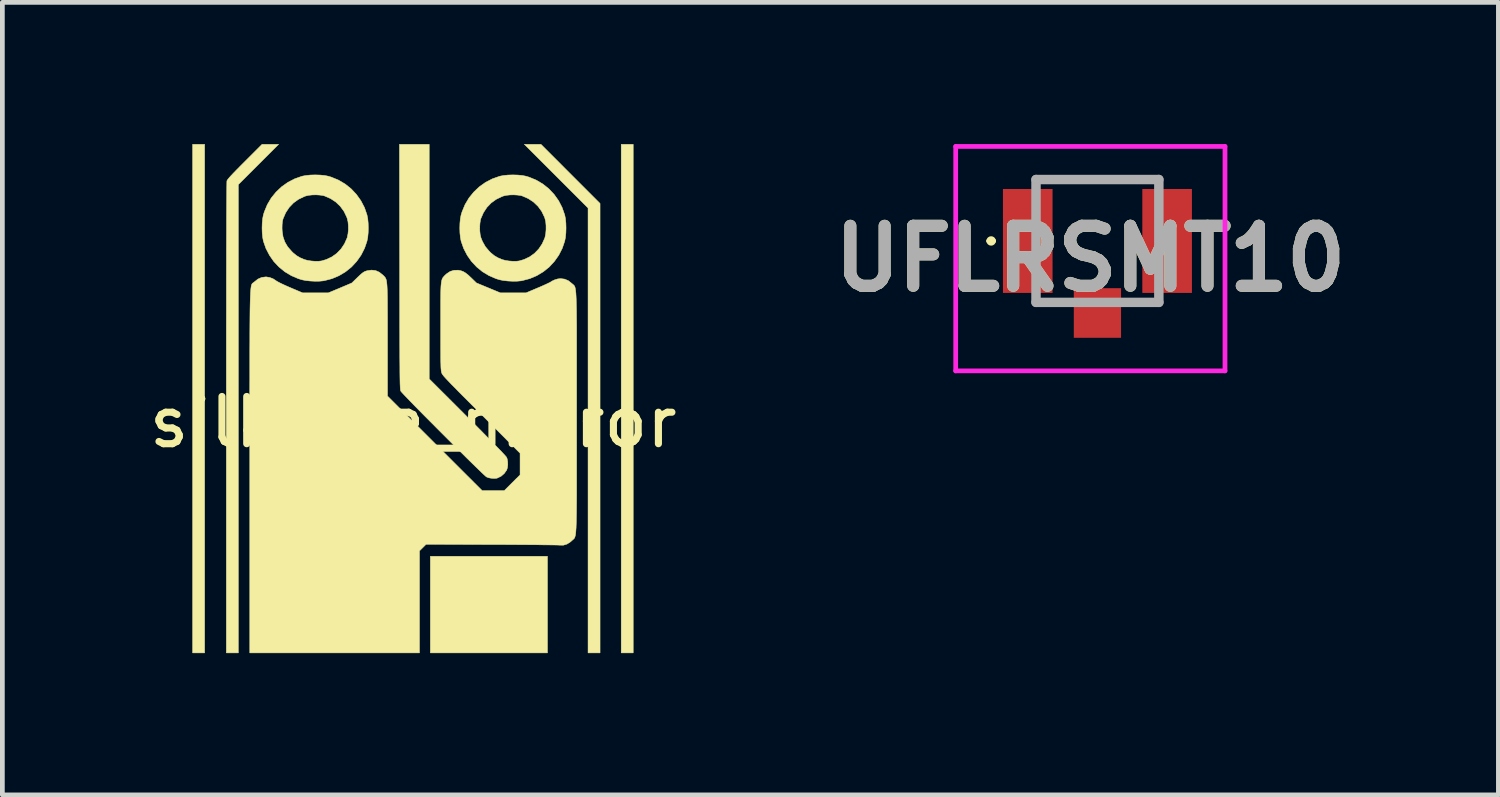
<source format=kicad_pcb>
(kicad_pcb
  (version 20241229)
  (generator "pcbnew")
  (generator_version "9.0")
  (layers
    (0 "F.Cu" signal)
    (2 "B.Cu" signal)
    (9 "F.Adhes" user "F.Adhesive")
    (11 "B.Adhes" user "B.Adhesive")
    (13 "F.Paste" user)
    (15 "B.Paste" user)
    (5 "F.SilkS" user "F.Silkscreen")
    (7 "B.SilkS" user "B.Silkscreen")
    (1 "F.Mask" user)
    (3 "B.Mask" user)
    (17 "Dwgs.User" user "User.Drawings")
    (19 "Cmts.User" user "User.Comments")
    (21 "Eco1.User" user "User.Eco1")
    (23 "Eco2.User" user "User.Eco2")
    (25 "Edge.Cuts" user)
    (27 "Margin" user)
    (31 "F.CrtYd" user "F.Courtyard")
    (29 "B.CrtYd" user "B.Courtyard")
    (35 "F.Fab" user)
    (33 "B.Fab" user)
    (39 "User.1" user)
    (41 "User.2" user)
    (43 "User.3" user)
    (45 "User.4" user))
  (footprint "UFLRSMT10"
    (layer "F.Cu")
    (at 20.179 2.05)
    (property "Reference" "UFLRSMT10" (at -0.15 0.375 0) (layer "F.SilkS") (effects (font (size 1.27 1.27) (thickness 0.254))))
    (attr smd)
    (fp_line (start -2.3 0) (end -2.3 0) (stroke (width 0.1) (type solid)) (layer "F.SilkS"))
    (fp_line (start -2.2 0) (end -2.2 0) (stroke (width 0.1) (type solid)) (layer "F.SilkS"))
    (fp_line (start -1 -1.3) (end 0.952 -1.3) (stroke (width 0.1) (type solid)) (layer "F.SilkS"))
    (fp_line (start -0.943 1.3) (end -1.25 1.3) (stroke (width 0.1) (type solid)) (layer "F.SilkS"))
    (fp_line (start 0.75 1.3) (end 0.952 1.3) (stroke (width 0.1) (type solid)) (layer "F.SilkS"))
    (fp_arc (start -2.3 0) (mid -2.25 -0.05) (end -2.2 0) (stroke (width 0.1) (type solid)) (layer "F.SilkS"))
    (fp_arc (start -2.2 0) (mid -2.25 0.05) (end -2.3 0) (stroke (width 0.1) (type solid)) (layer "F.SilkS"))
    (fp_line (start -3 -2) (end 2.7 -2) (stroke (width 0.1) (type solid)) (layer "F.CrtYd"))
    (fp_line (start -3 2.75) (end -3 -2) (stroke (width 0.1) (type solid)) (layer "F.CrtYd"))
    (fp_line (start 2.7 -2) (end 2.7 2.75) (stroke (width 0.1) (type solid)) (layer "F.CrtYd"))
    (fp_line (start 2.7 2.75) (end -3 2.75) (stroke (width 0.1) (type solid)) (layer "F.CrtYd"))
    (fp_line (start -1.3 -1.3) (end 1.3 -1.3) (stroke (width 0.2) (type solid)) (layer "F.Fab"))
    (fp_line (start -1.3 1.3) (end -1.3 -1.3) (stroke (width 0.2) (type solid)) (layer "F.Fab"))
    (fp_line (start 1.3 -1.3) (end 1.3 1.3) (stroke (width 0.2) (type solid)) (layer "F.Fab"))
    (fp_line (start 1.3 1.3) (end -1.3 1.3) (stroke (width 0.2) (type solid)) (layer "F.Fab"))
    (fp_text user "${REFERENCE}" (at -0.15 0.375 0) (layer "F.Fab") (effects (font (size 1.27 1.27) (thickness 0.254))))
    (pad "1" smd rect (at -1.475 0) (size 1.05 2.2) (layers "F.Cu" "F.Mask" "F.Paste"))
    (pad "2" smd rect (at 1.475 0) (size 1.05 2.2) (layers "F.Cu" "F.Mask" "F.Paste"))
    (pad "3" smd rect (at 0 1.525) (size 1 1.05) (layers "F.Cu" "F.Mask" "F.Paste")))
  (footprint "silkface_mirror"
    (layer "F.Cu")
    (at 5.696 5.387)
    (property "Reference" "silkface_mirror" (at 0 0.5 0) (layer "F.SilkS") (effects (font (size 1 1) (thickness 0.15))))
    (attr through_hole)
    (fp_poly (pts (xy -4.669 5.382) (xy -4.415 5.382) (xy -4.415 -5.382) (xy -4.669 -5.382) (xy -4.669 5.382)) (stroke (width 0.01) (type solid)) (fill yes) (layer "F.SilkS"))
    (fp_poly (pts (xy 0.363 5.382) (xy 2.842 5.382) (xy 2.842 3.338) (xy 0.363 3.338) (xy 0.363 5.382)) (stroke (width 0.01) (type solid)) (fill yes) (layer "F.SilkS"))
    (fp_poly (pts (xy 4.403 5.382) (xy 4.657 5.382) (xy 4.657 -5.382) (xy 4.403 -5.382) (xy 4.403 5.382)) (stroke (width 0.01) (type solid)) (fill yes) (layer "F.SilkS"))
    (fp_poly (pts (xy 3.027 -4.708) (xy 3.701 -4.034) (xy 3.701 5.382) (xy 3.955 5.382) (xy 3.955 -4.13) (xy 2.704 -5.382) (xy 2.353 -5.382) (xy 3.027 -4.708)) (stroke (width 0.01) (type solid)) (fill yes) (layer "F.SilkS"))
    (fp_poly (pts (xy -3.565 -5.016) (xy -3.661 -4.92) (xy -3.74 -4.84) (xy -3.804 -4.774) (xy -3.855 -4.72) (xy -3.893 -4.678) (xy -3.919 -4.646) (xy -3.936 -4.623) (xy -3.943 -4.608) (xy -3.944 -4.592) (xy -3.945 -4.552) (xy -3.946 -4.488) (xy -3.947 -4.399) (xy -3.948 -4.287) (xy -3.949 -4.151) (xy -3.95 -3.991) (xy -3.951 -3.808) (xy -3.951 -3.601) (xy -3.952 -3.37) (xy -3.953 -3.117) (xy -3.953 -2.839) (xy -3.954 -2.539) (xy -3.954 -2.215) (xy -3.954 -1.868) (xy -3.955 -1.498) (xy -3.955 -1.105) (xy -3.955 -0.689) (xy -3.955 -0.251) (xy -3.955 0.211) (xy -3.955 0.408) (xy -3.955 5.382) (xy -3.701 5.382) (xy -3.701 -4.53) (xy -2.849 -5.382) (xy -3.199 -5.382) (xy -3.565 -5.016)) (stroke (width 0.01) (type solid)) (fill yes) (layer "F.SilkS"))
    (fp_poly (pts (xy -0.287 -2.791) (xy -0.287 -2.496) (xy -0.287 -2.224) (xy -0.286 -1.975) (xy -0.286 -1.746) (xy -0.286 -1.538) (xy -0.285 -1.35) (xy -0.285 -1.179) (xy -0.284 -1.027) (xy -0.284 -0.89) (xy -0.283 -0.769) (xy -0.282 -0.663) (xy -0.282 -0.57) (xy -0.281 -0.49) (xy -0.28 -0.421) (xy -0.279 -0.363) (xy -0.278 -0.314) (xy -0.276 -0.275) (xy -0.275 -0.243) (xy -0.273 -0.218) (xy -0.272 -0.198) (xy -0.27 -0.184) (xy -0.268 -0.173) (xy -0.265 -0.165) (xy -0.263 -0.159) (xy -0.262 -0.157) (xy -0.25 -0.142) (xy -0.221 -0.11) (xy -0.179 -0.065) (xy -0.123 -0.007) (xy -0.056 0.063) (xy 0.021 0.142) (xy 0.107 0.23) (xy 0.201 0.325) (xy 0.3 0.425) (xy 0.405 0.53) (xy 0.512 0.638) (xy 0.621 0.747) (xy 0.73 0.856) (xy 0.838 0.964) (xy 0.944 1.069) (xy 1.046 1.17) (xy 1.142 1.266) (xy 1.232 1.354) (xy 1.314 1.434) (xy 1.386 1.504) (xy 1.447 1.563) (xy 1.496 1.609) (xy 1.531 1.641) (xy 1.551 1.658) (xy 1.554 1.659) (xy 1.599 1.676) (xy 1.655 1.686) (xy 1.714 1.69) (xy 1.764 1.686) (xy 1.778 1.683) (xy 1.859 1.644) (xy 1.927 1.586) (xy 1.979 1.512) (xy 1.995 1.462) (xy 2.002 1.4) (xy 2 1.334) (xy 1.989 1.274) (xy 1.975 1.24) (xy 1.962 1.224) (xy 1.934 1.192) (xy 1.89 1.145) (xy 1.832 1.084) (xy 1.761 1.011) (xy 1.679 0.926) (xy 1.585 0.831) (xy 1.482 0.726) (xy 1.37 0.613) (xy 1.25 0.493) (xy 1.144 0.387) (xy 0.339 -0.417) (xy 0.339 -5.382) (xy -0.291 -5.382) (xy -0.287 -2.791)) (stroke (width 0.01) (type solid)) (fill yes) (layer "F.SilkS"))
    (fp_poly (pts (xy -2.179 -4.732) (xy -2.274 -4.722) (xy -2.353 -4.707) (xy -2.509 -4.652) (xy -2.654 -4.577) (xy -2.786 -4.483) (xy -2.903 -4.372) (xy -3.005 -4.246) (xy -3.088 -4.106) (xy -3.151 -3.954) (xy -3.171 -3.889) (xy -3.187 -3.808) (xy -3.196 -3.713) (xy -3.199 -3.609) (xy -3.196 -3.506) (xy -3.186 -3.41) (xy -3.171 -3.332) (xy -3.117 -3.178) (xy -3.042 -3.034) (xy -2.95 -2.902) (xy -2.84 -2.785) (xy -2.716 -2.684) (xy -2.579 -2.602) (xy -2.432 -2.539) (xy -2.353 -2.515) (xy -2.272 -2.499) (xy -2.178 -2.489) (xy -2.079 -2.484) (xy -1.984 -2.485) (xy -1.9 -2.493) (xy -1.879 -2.497) (xy -1.718 -2.539) (xy -1.568 -2.603) (xy -1.43 -2.686) (xy -1.305 -2.787) (xy -1.196 -2.905) (xy -1.103 -3.037) (xy -1.029 -3.183) (xy -0.978 -3.332) (xy -0.962 -3.412) (xy -0.953 -3.508) (xy -0.951 -3.574) (xy -1.372 -3.574) (xy -1.38 -3.49) (xy -1.395 -3.416) (xy -1.4 -3.399) (xy -1.455 -3.276) (xy -1.528 -3.167) (xy -1.618 -3.074) (xy -1.723 -2.999) (xy -1.84 -2.944) (xy -1.941 -2.914) (xy -2.003 -2.907) (xy -2.079 -2.907) (xy -2.159 -2.913) (xy -2.235 -2.925) (xy -2.298 -2.942) (xy -2.3 -2.942) (xy -2.392 -2.981) (xy -2.47 -3.027) (xy -2.543 -3.087) (xy -2.576 -3.12) (xy -2.658 -3.215) (xy -2.717 -3.316) (xy -2.755 -3.425) (xy -2.773 -3.545) (xy -2.776 -3.61) (xy -2.774 -3.687) (xy -2.768 -3.746) (xy -2.758 -3.794) (xy -2.753 -3.81) (xy -2.698 -3.936) (xy -2.625 -4.047) (xy -2.534 -4.142) (xy -2.427 -4.219) (xy -2.304 -4.278) (xy -2.274 -4.289) (xy -2.213 -4.303) (xy -2.138 -4.311) (xy -2.056 -4.313) (xy -1.976 -4.308) (xy -1.906 -4.298) (xy -1.875 -4.289) (xy -1.749 -4.234) (xy -1.638 -4.161) (xy -1.543 -4.07) (xy -1.465 -3.963) (xy -1.406 -3.84) (xy -1.396 -3.81) (xy -1.38 -3.743) (xy -1.373 -3.662) (xy -1.372 -3.574) (xy -0.951 -3.574) (xy -0.95 -3.612) (xy -0.953 -3.715) (xy -0.962 -3.81) (xy -0.978 -3.889) (xy -1.032 -4.045) (xy -1.108 -4.19) (xy -1.202 -4.322) (xy -1.313 -4.44) (xy -1.439 -4.541) (xy -1.579 -4.624) (xy -1.731 -4.687) (xy -1.796 -4.707) (xy -1.876 -4.723) (xy -1.972 -4.732) (xy -2.075 -4.735) (xy -2.179 -4.732)) (stroke (width 0.01) (type solid)) (fill yes) (layer "F.SilkS"))
    (fp_poly (pts (xy 2.006 -4.732) (xy 1.911 -4.722) (xy 1.832 -4.707) (xy 1.676 -4.652) (xy 1.531 -4.577) (xy 1.399 -4.483) (xy 1.282 -4.372) (xy 1.18 -4.246) (xy 1.097 -4.106) (xy 1.034 -3.954) (xy 1.014 -3.889) (xy 0.998 -3.808) (xy 0.989 -3.713) (xy 0.986 -3.609) (xy 0.989 -3.506) (xy 0.999 -3.41) (xy 1.014 -3.332) (xy 1.068 -3.178) (xy 1.143 -3.034) (xy 1.235 -2.902) (xy 1.345 -2.785) (xy 1.469 -2.684) (xy 1.606 -2.602) (xy 1.753 -2.539) (xy 1.832 -2.515) (xy 1.913 -2.499) (xy 2.007 -2.489) (xy 2.106 -2.484) (xy 2.201 -2.485) (xy 2.285 -2.493) (xy 2.306 -2.497) (xy 2.466 -2.539) (xy 2.617 -2.603) (xy 2.755 -2.686) (xy 2.88 -2.787) (xy 2.989 -2.905) (xy 3.082 -3.037) (xy 3.156 -3.183) (xy 3.207 -3.332) (xy 3.223 -3.412) (xy 3.232 -3.508) (xy 3.234 -3.574) (xy 2.812 -3.574) (xy 2.805 -3.49) (xy 2.79 -3.416) (xy 2.785 -3.399) (xy 2.73 -3.276) (xy 2.657 -3.167) (xy 2.567 -3.074) (xy 2.462 -2.999) (xy 2.345 -2.944) (xy 2.244 -2.914) (xy 2.182 -2.907) (xy 2.106 -2.907) (xy 2.026 -2.913) (xy 1.95 -2.925) (xy 1.887 -2.942) (xy 1.885 -2.942) (xy 1.793 -2.981) (xy 1.715 -3.027) (xy 1.642 -3.087) (xy 1.609 -3.12) (xy 1.527 -3.217) (xy 1.465 -3.328) (xy 1.432 -3.411) (xy 1.418 -3.471) (xy 1.41 -3.547) (xy 1.408 -3.629) (xy 1.413 -3.709) (xy 1.423 -3.779) (xy 1.432 -3.81) (xy 1.487 -3.936) (xy 1.56 -4.047) (xy 1.651 -4.142) (xy 1.758 -4.219) (xy 1.881 -4.278) (xy 1.911 -4.289) (xy 1.971 -4.303) (xy 2.047 -4.311) (xy 2.129 -4.313) (xy 2.209 -4.308) (xy 2.279 -4.298) (xy 2.31 -4.289) (xy 2.436 -4.234) (xy 2.547 -4.161) (xy 2.642 -4.07) (xy 2.72 -3.963) (xy 2.779 -3.84) (xy 2.789 -3.81) (xy 2.805 -3.743) (xy 2.812 -3.662) (xy 2.812 -3.574) (xy 3.234 -3.574) (xy 3.235 -3.612) (xy 3.232 -3.715) (xy 3.223 -3.81) (xy 3.207 -3.889) (xy 3.152 -4.045) (xy 3.077 -4.19) (xy 2.983 -4.322) (xy 2.872 -4.44) (xy 2.746 -4.541) (xy 2.606 -4.624) (xy 2.454 -4.687) (xy 2.389 -4.707) (xy 2.309 -4.723) (xy 2.213 -4.732) (xy 2.109 -4.735) (xy 2.006 -4.732)) (stroke (width 0.01) (type solid)) (fill yes) (layer "F.SilkS"))
    (fp_poly (pts (xy -0.971 -2.708) (xy -0.991 -2.702) (xy -1.021 -2.692) (xy -1.05 -2.676) (xy -1.082 -2.653) (xy -1.121 -2.619) (xy -1.172 -2.571) (xy -1.178 -2.565) (xy -1.3 -2.447) (xy -1.548 -2.342) (xy -1.797 -2.238) (xy -2.34 -2.238) (xy -2.6 -2.348) (xy -2.703 -2.393) (xy -2.787 -2.432) (xy -2.851 -2.464) (xy -2.895 -2.489) (xy -2.908 -2.499) (xy -2.967 -2.537) (xy -3.038 -2.564) (xy -3.111 -2.576) (xy -3.121 -2.576) (xy -3.207 -2.565) (xy -3.287 -2.53) (xy -3.357 -2.474) (xy -3.367 -2.466) (xy -3.376 -2.459) (xy -3.384 -2.453) (xy -3.392 -2.448) (xy -3.399 -2.443) (xy -3.406 -2.436) (xy -3.412 -2.427) (xy -3.418 -2.416) (xy -3.423 -2.401) (xy -3.428 -2.382) (xy -3.432 -2.357) (xy -3.436 -2.327) (xy -3.439 -2.29) (xy -3.443 -2.245) (xy -3.445 -2.193) (xy -3.448 -2.131) (xy -3.45 -2.059) (xy -3.452 -1.977) (xy -3.454 -1.884) (xy -3.455 -1.778) (xy -3.456 -1.659) (xy -3.457 -1.527) (xy -3.458 -1.38) (xy -3.458 -1.218) (xy -3.459 -1.04) (xy -3.459 -0.845) (xy -3.459 -0.632) (xy -3.459 -0.401) (xy -3.46 -0.151) (xy -3.459 0.12) (xy -3.459 0.411) (xy -3.459 0.724) (xy -3.459 1.059) (xy -3.459 1.417) (xy -3.459 1.55) (xy -3.459 5.382) (xy 0.133 5.382) (xy 0.133 3.223) (xy 0.273 3.084) (xy 1.658 3.089) (xy 1.84 3.089) (xy 2.016 3.09) (xy 2.184 3.091) (xy 2.344 3.092) (xy 2.492 3.093) (xy 2.628 3.094) (xy 2.75 3.096) (xy 2.856 3.097) (xy 2.946 3.098) (xy 3.016 3.099) (xy 3.066 3.1) (xy 3.094 3.102) (xy 3.098 3.102) (xy 3.179 3.103) (xy 3.256 3.079) (xy 3.328 3.033) (xy 3.357 3.007) (xy 3.369 2.996) (xy 3.379 2.987) (xy 3.389 2.979) (xy 3.398 2.971) (xy 3.406 2.962) (xy 3.414 2.951) (xy 3.42 2.937) (xy 3.426 2.919) (xy 3.432 2.896) (xy 3.437 2.868) (xy 3.441 2.832) (xy 3.444 2.789) (xy 3.448 2.737) (xy 3.45 2.675) (xy 3.453 2.602) (xy 3.454 2.518) (xy 3.456 2.421) (xy 3.457 2.31) (xy 3.458 2.185) (xy 3.459 2.044) (xy 3.459 1.887) (xy 3.459 1.712) (xy 3.459 1.519) (xy 3.459 1.306) (xy 3.459 1.072) (xy 3.459 0.818) (xy 3.459 0.541) (xy 3.459 0.284) (xy 3.459 -0.013) (xy 3.459 -0.287) (xy 3.459 -0.538) (xy 3.459 -0.769) (xy 3.459 -0.979) (xy 3.459 -1.169) (xy 3.459 -1.342) (xy 3.459 -1.497) (xy 3.458 -1.635) (xy 3.457 -1.758) (xy 3.456 -1.867) (xy 3.454 -1.962) (xy 3.452 -2.045) (xy 3.45 -2.116) (xy 3.447 -2.176) (xy 3.444 -2.227) (xy 3.44 -2.269) (xy 3.436 -2.304) (xy 3.431 -2.331) (xy 3.426 -2.353) (xy 3.42 -2.371) (xy 3.413 -2.384) (xy 3.405 -2.395) (xy 3.397 -2.404) (xy 3.388 -2.412) (xy 3.378 -2.42) (xy 3.367 -2.429) (xy 3.357 -2.438) (xy 3.285 -2.495) (xy 3.205 -2.529) (xy 3.12 -2.54) (xy 3.058 -2.533) (xy 2.993 -2.513) (xy 2.936 -2.486) (xy 2.923 -2.477) (xy 2.901 -2.463) (xy 2.86 -2.443) (xy 2.805 -2.417) (xy 2.738 -2.387) (xy 2.665 -2.355) (xy 2.636 -2.343) (xy 2.388 -2.238) (xy 1.846 -2.238) (xy 1.339 -2.448) (xy 1.23 -2.554) (xy 1.165 -2.615) (xy 1.108 -2.66) (xy 1.057 -2.69) (xy 1.006 -2.708) (xy 0.952 -2.718) (xy 0.864 -2.716) (xy 0.783 -2.692) (xy 0.71 -2.644) (xy 0.683 -2.62) (xy 0.664 -2.602) (xy 0.649 -2.585) (xy 0.635 -2.569) (xy 0.623 -2.552) (xy 0.613 -2.531) (xy 0.605 -2.505) (xy 0.598 -2.473) (xy 0.593 -2.432) (xy 0.588 -2.381) (xy 0.585 -2.319) (xy 0.583 -2.243) (xy 0.582 -2.153) (xy 0.581 -2.045) (xy 0.581 -1.92) (xy 0.581 -1.774) (xy 0.581 -1.606) (xy 0.581 -1.524) (xy 0.581 -1.352) (xy 0.581 -1.202) (xy 0.581 -1.073) (xy 0.582 -0.963) (xy 0.582 -0.871) (xy 0.583 -0.794) (xy 0.585 -0.731) (xy 0.586 -0.681) (xy 0.588 -0.641) (xy 0.591 -0.61) (xy 0.593 -0.586) (xy 0.597 -0.568) (xy 0.6 -0.556) (xy 0.603 -0.544) (xy 0.608 -0.532) (xy 0.615 -0.519) (xy 0.626 -0.504) (xy 0.64 -0.485) (xy 0.66 -0.461) (xy 0.687 -0.431) (xy 0.721 -0.395) (xy 0.763 -0.351) (xy 0.814 -0.297) (xy 0.877 -0.234) (xy 0.95 -0.159) (xy 1.036 -0.072) (xy 1.136 0.028) (xy 1.251 0.143) (xy 1.381 0.273) (xy 1.44 0.333) (xy 2.262 1.156) (xy 2.262 1.615) (xy 2.095 1.781) (xy 1.929 1.947) (xy 1.459 1.947) (xy 0.457 0.946) (xy -0.544 -0.054) (xy -0.544 -1.241) (xy -0.544 -1.444) (xy -0.544 -1.624) (xy -0.544 -1.784) (xy -0.545 -1.923) (xy -0.545 -2.044) (xy -0.546 -2.148) (xy -0.548 -2.237) (xy -0.55 -2.311) (xy -0.553 -2.373) (xy -0.557 -2.424) (xy -0.562 -2.466) (xy -0.567 -2.498) (xy -0.574 -2.525) (xy -0.583 -2.545) (xy -0.592 -2.562) (xy -0.604 -2.577) (xy -0.617 -2.591) (xy -0.631 -2.605) (xy -0.646 -2.619) (xy -0.718 -2.676) (xy -0.795 -2.71) (xy -0.88 -2.72) (xy -0.971 -2.708)) (stroke (width 0.01) (type solid)) (fill yes) (layer "F.SilkS")))
  (gr_rect
    (start -3 -3)
    (end 28.666 13.775)
    (stroke (width 0.1) (type default))
    (fill no)
    (layer "Edge.Cuts")))
</source>
